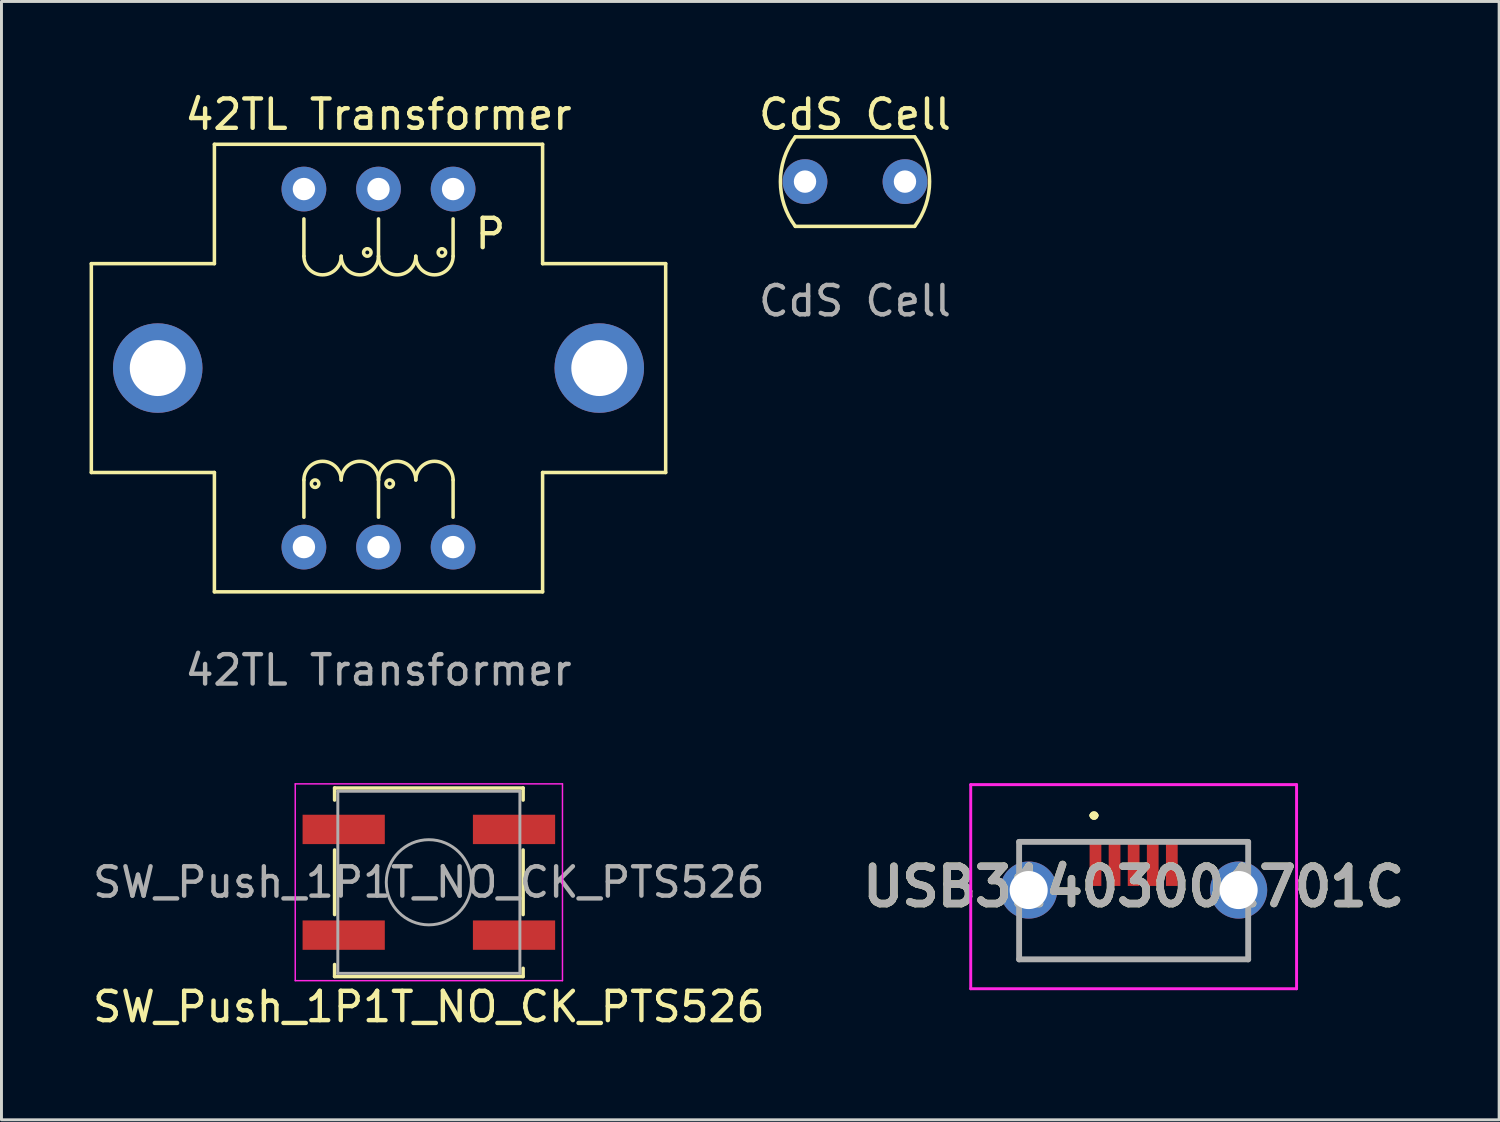
<source format=kicad_pcb>
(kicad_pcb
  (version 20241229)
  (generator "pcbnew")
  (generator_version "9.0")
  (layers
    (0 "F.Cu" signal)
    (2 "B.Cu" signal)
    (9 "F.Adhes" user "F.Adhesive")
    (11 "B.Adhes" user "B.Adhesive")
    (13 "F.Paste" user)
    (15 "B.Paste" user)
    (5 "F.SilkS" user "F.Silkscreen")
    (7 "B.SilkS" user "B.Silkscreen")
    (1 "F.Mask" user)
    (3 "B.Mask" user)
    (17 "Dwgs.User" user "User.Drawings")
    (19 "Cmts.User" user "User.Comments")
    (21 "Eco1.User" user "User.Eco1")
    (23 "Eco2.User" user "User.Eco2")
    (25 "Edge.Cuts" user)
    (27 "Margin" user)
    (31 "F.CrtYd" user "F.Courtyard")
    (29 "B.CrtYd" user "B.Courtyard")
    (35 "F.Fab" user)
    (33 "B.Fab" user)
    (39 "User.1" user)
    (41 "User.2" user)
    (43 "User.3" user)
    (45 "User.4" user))
  (footprint "42TL Transformer"
    (layer "F.Cu")
    (at 9.839 9.484)
    (property "Reference" "42TL Transformer" (at 0 -8.636 0) (unlocked yes) (layer "F.SilkS") (effects (font (size 1 1) (thickness 0.15))))
    (attr through_hole)
    (fp_line (start -9.779 3.556) (end -9.779 -3.556) (stroke (width 0.12) (type solid)) (layer "F.SilkS"))
    (fp_line (start -5.588 -7.62) (end -5.588 -3.556) (stroke (width 0.12) (type solid)) (layer "F.SilkS"))
    (fp_line (start -5.588 -7.62) (end 5.588 -7.62) (stroke (width 0.12) (type solid)) (layer "F.SilkS"))
    (fp_line (start -5.588 -3.556) (end -9.779 -3.556) (stroke (width 0.12) (type solid)) (layer "F.SilkS"))
    (fp_line (start -5.588 3.556) (end -9.779 3.556) (stroke (width 0.12) (type solid)) (layer "F.SilkS"))
    (fp_line (start -5.588 3.556) (end -5.588 7.62) (stroke (width 0.12) (type solid)) (layer "F.SilkS"))
    (fp_line (start -5.588 7.62) (end 5.588 7.62) (stroke (width 0.12) (type solid)) (layer "F.SilkS"))
    (fp_line (start -2.54 -3.81) (end -2.54 -5.08) (stroke (width 0.12) (type solid)) (layer "F.SilkS"))
    (fp_line (start -2.54 3.81) (end -2.54 5.08) (stroke (width 0.12) (type solid)) (layer "F.SilkS"))
    (fp_line (start 0 -3.81) (end 0 -5.08) (stroke (width 0.12) (type solid)) (layer "F.SilkS"))
    (fp_line (start 0 3.81) (end 0 5.08) (stroke (width 0.12) (type solid)) (layer "F.SilkS"))
    (fp_line (start 2.54 -3.81) (end 2.54 -5.08) (stroke (width 0.12) (type solid)) (layer "F.SilkS"))
    (fp_line (start 2.54 3.81) (end 2.54 5.08) (stroke (width 0.12) (type solid)) (layer "F.SilkS"))
    (fp_line (start 5.588 -7.62) (end 5.588 -3.556) (stroke (width 0.12) (type solid)) (layer "F.SilkS"))
    (fp_line (start 5.588 -3.556) (end 9.779 -3.556) (stroke (width 0.12) (type solid)) (layer "F.SilkS"))
    (fp_line (start 5.588 3.556) (end 5.588 7.62) (stroke (width 0.12) (type solid)) (layer "F.SilkS"))
    (fp_line (start 5.588 3.556) (end 9.779 3.556) (stroke (width 0.12) (type solid)) (layer "F.SilkS"))
    (fp_line (start 9.779 -3.556) (end 9.779 3.556) (stroke (width 0.12) (type solid)) (layer "F.SilkS"))
    (fp_arc (start -2.54 3.81) (mid -1.905 3.175) (end -1.27 3.81) (stroke (width 0.12) (type solid)) (layer "F.SilkS"))
    (fp_arc (start -1.27 -3.81) (mid -1.905 -3.175) (end -2.54 -3.81) (stroke (width 0.12) (type solid)) (layer "F.SilkS"))
    (fp_arc (start -1.27 3.81) (mid -0.635 3.175) (end 0 3.81) (stroke (width 0.12) (type solid)) (layer "F.SilkS"))
    (fp_arc (start 0 -3.81) (mid -0.635 -3.175) (end -1.27 -3.81) (stroke (width 0.12) (type solid)) (layer "F.SilkS"))
    (fp_arc (start 0 3.81) (mid 0.635 3.175) (end 1.27 3.81) (stroke (width 0.12) (type solid)) (layer "F.SilkS"))
    (fp_arc (start 1.27 -3.81) (mid 0.635 -3.175) (end 0 -3.81) (stroke (width 0.12) (type solid)) (layer "F.SilkS"))
    (fp_arc (start 1.27 3.81) (mid 1.905 3.175) (end 2.54 3.81) (stroke (width 0.12) (type solid)) (layer "F.SilkS"))
    (fp_arc (start 2.54 -3.81) (mid 1.905 -3.175) (end 1.27 -3.81) (stroke (width 0.12) (type solid)) (layer "F.SilkS"))
    (fp_circle (center -2.159 3.937) (end -2.159 4.064) (stroke (width 0.12) (type solid)) (fill no) (layer "F.SilkS"))
    (fp_circle (center -0.381 -3.937) (end -0.381 -3.81) (stroke (width 0.12) (type solid)) (fill no) (layer "F.SilkS"))
    (fp_circle (center 0.381 3.937) (end 0.381 4.064) (stroke (width 0.12) (type solid)) (fill no) (layer "F.SilkS"))
    (fp_circle (center 2.159 -3.937) (end 2.159 -3.81) (stroke (width 0.12) (type solid)) (fill no) (layer "F.SilkS"))
    (fp_text user "P" (at 3.81 -4.572 0) (unlocked yes) (layer "F.SilkS") (effects (font (size 1 1) (thickness 0.15))))
    (fp_text user "${REFERENCE}" (at 0 10.287 0) (unlocked yes) (layer "F.Fab") (effects (font (size 1 1) (thickness 0.15))))
    (pad "" thru_hole circle (at -7.518 0) (size 3.048 3.048) (drill 1.905) (layers "*.Cu" "*.Mask"))
    (pad "" thru_hole circle (at 0 6.096) (size 1.524 1.524) (drill 0.762) (layers "*.Cu" "*.Mask"))
    (pad "" thru_hole circle (at 7.518 0) (size 3.048 3.048) (drill 1.905) (layers "*.Cu" "*.Mask"))
    (pad "1" thru_hole circle (at 2.54 -6.096) (size 1.524 1.524) (drill 0.762) (layers "*.Cu" "*.Mask"))
    (pad "2" thru_hole circle (at 0 -6.096) (size 1.524 1.524) (drill 0.762) (layers "*.Cu" "*.Mask"))
    (pad "3" thru_hole circle (at -2.54 -6.096) (size 1.524 1.524) (drill 0.762) (layers "*.Cu" "*.Mask"))
    (pad "4" thru_hole circle (at -2.54 6.096) (size 1.524 1.524) (drill 0.762) (layers "*.Cu" "*.Mask"))
    (pad "5" thru_hole circle (at 2.54 6.096) (size 1.524 1.524) (drill 0.762) (layers "*.Cu" "*.Mask")))
  (footprint "USB31403001701C"
    (layer "F.Cu")
    (at 35.554 27.619)
    (property "Reference" "USB31403001701C" (at 0 -0.475 0) (layer "F.SilkS") (effects (font (size 1.27 1.27) (thickness 0.254))))
    (attr through_hole)
    (fp_line (start -3.9 -2) (end -3.9 -2) (stroke (width 0.1) (type solid)) (layer "F.SilkS"))
    (fp_line (start -3.9 -2) (end -2.25 -2) (stroke (width 0.1) (type solid)) (layer "F.SilkS"))
    (fp_line (start -3.9 1.5) (end -3.9 1.5) (stroke (width 0.1) (type solid)) (layer "F.SilkS"))
    (fp_line (start -3.9 1.5) (end -3.9 2) (stroke (width 0.1) (type solid)) (layer "F.SilkS"))
    (fp_line (start -3.9 2) (end -3.9 1.5) (stroke (width 0.1) (type solid)) (layer "F.SilkS"))
    (fp_line (start -3.9 2) (end -3.9 2) (stroke (width 0.1) (type solid)) (layer "F.SilkS"))
    (fp_line (start -3.9 2) (end -3.9 2) (stroke (width 0.1) (type solid)) (layer "F.SilkS"))
    (fp_line (start -3.9 2) (end 3.9 2) (stroke (width 0.1) (type solid)) (layer "F.SilkS"))
    (fp_line (start -2.25 -2) (end -3.9 -2) (stroke (width 0.1) (type solid)) (layer "F.SilkS"))
    (fp_line (start -2.25 -2) (end -2.25 -2) (stroke (width 0.1) (type solid)) (layer "F.SilkS"))
    (fp_line (start -1.4 -2.9) (end -1.4 -2.9) (stroke (width 0.2) (type solid)) (layer "F.SilkS"))
    (fp_line (start -1.4 -2.9) (end -1.4 -2.9) (stroke (width 0.2) (type solid)) (layer "F.SilkS"))
    (fp_line (start -1.3 -2.9) (end -1.3 -2.9) (stroke (width 0.2) (type solid)) (layer "F.SilkS"))
    (fp_line (start 2.25 -2) (end 2.25 -2) (stroke (width 0.1) (type solid)) (layer "F.SilkS"))
    (fp_line (start 2.25 -2) (end 3.9 -2) (stroke (width 0.1) (type solid)) (layer "F.SilkS"))
    (fp_line (start 3.9 -2) (end 2.25 -2) (stroke (width 0.1) (type solid)) (layer "F.SilkS"))
    (fp_line (start 3.9 -2) (end 3.9 -2) (stroke (width 0.1) (type solid)) (layer "F.SilkS"))
    (fp_line (start 3.9 1.5) (end 3.9 1.5) (stroke (width 0.1) (type solid)) (layer "F.SilkS"))
    (fp_line (start 3.9 1.5) (end 3.9 2) (stroke (width 0.1) (type solid)) (layer "F.SilkS"))
    (fp_line (start 3.9 2) (end -3.9 2) (stroke (width 0.1) (type solid)) (layer "F.SilkS"))
    (fp_line (start 3.9 2) (end 3.9 1.5) (stroke (width 0.1) (type solid)) (layer "F.SilkS"))
    (fp_line (start 3.9 2) (end 3.9 2) (stroke (width 0.1) (type solid)) (layer "F.SilkS"))
    (fp_line (start 3.9 2) (end 3.9 2) (stroke (width 0.1) (type solid)) (layer "F.SilkS"))
    (fp_arc (start -1.4 -2.9) (mid -1.35 -2.95) (end -1.3 -2.9) (stroke (width 0.2) (type solid)) (layer "F.SilkS"))
    (fp_arc (start -1.3 -2.9) (mid -1.35 -2.85) (end -1.4 -2.9) (stroke (width 0.2) (type solid)) (layer "F.SilkS"))
    (fp_arc (start -1.3 -2.9) (mid -1.35 -2.85) (end -1.4 -2.9) (stroke (width 0.2) (type solid)) (layer "F.SilkS"))
    (fp_line (start -5.548 -3.95) (end 5.548 -3.95) (stroke (width 0.1) (type solid)) (layer "F.CrtYd"))
    (fp_line (start -5.548 3) (end -5.548 -3.95) (stroke (width 0.1) (type solid)) (layer "F.CrtYd"))
    (fp_line (start 5.548 -3.95) (end 5.548 3) (stroke (width 0.1) (type solid)) (layer "F.CrtYd"))
    (fp_line (start 5.548 3) (end -5.548 3) (stroke (width 0.1) (type solid)) (layer "F.CrtYd"))
    (fp_line (start -3.9 -2) (end -3.9 2) (stroke (width 0.2) (type solid)) (layer "F.Fab"))
    (fp_line (start -3.9 2) (end 3.9 2) (stroke (width 0.2) (type solid)) (layer "F.Fab"))
    (fp_line (start 3.9 -2) (end -3.9 -2) (stroke (width 0.2) (type solid)) (layer "F.Fab"))
    (fp_line (start 3.9 2) (end 3.9 -2) (stroke (width 0.2) (type solid)) (layer "F.Fab"))
    (fp_text user "${REFERENCE}" (at 0 -0.475 0) (layer "F.Fab") (effects (font (size 1.27 1.27) (thickness 0.254))))
    (pad "1" smd rect (at -1.3 -1.25) (size 0.4 1.5) (layers "F.Cu" "F.Mask" "F.Paste"))
    (pad "2" smd rect (at -0.65 -1.25) (size 0.4 1.5) (layers "F.Cu" "F.Mask" "F.Paste"))
    (pad "3" smd rect (at 0 -1.25) (size 0.4 1.5) (layers "F.Cu" "F.Mask" "F.Paste"))
    (pad "4" smd rect (at 0.65 -1.25) (size 0.4 1.5) (layers "F.Cu" "F.Mask" "F.Paste"))
    (pad "5" smd rect (at 1.3 -1.25) (size 0.4 1.5) (layers "F.Cu" "F.Mask" "F.Paste"))
    (pad "MH1" thru_hole circle (at -3.575 -0.36) (size 1.946 1.946) (drill 1.297) (layers "*.Cu" "*.Mask"))
    (pad "MH2" thru_hole circle (at 3.575 -0.36) (size 1.946 1.946) (drill 1.297) (layers "*.Cu" "*.Mask")))
  (footprint "CdS Cell"
    (layer "F.Cu")
    (at 26.065 3.134)
    (property "Reference" "CdS Cell" (at 0 -2.286 0) (unlocked yes) (layer "F.SilkS") (effects (font (size 1 1) (thickness 0.15))))
    (attr through_hole)
    (fp_line (start -2.032 -1.524) (end 2.032 -1.524) (stroke (width 0.12) (type solid)) (layer "F.SilkS"))
    (fp_line (start -2.032 1.524) (end 2.032 1.524) (stroke (width 0.12) (type solid)) (layer "F.SilkS"))
    (fp_arc (start -2.032 1.524) (mid -2.54 0) (end -2.032 -1.524) (stroke (width 0.12) (type solid)) (layer "F.SilkS"))
    (fp_arc (start 2.032 -1.524) (mid 2.54 0) (end 2.032 1.524) (stroke (width 0.12) (type solid)) (layer "F.SilkS"))
    (fp_text user "${REFERENCE}" (at 0 4.064 0) (unlocked yes) (layer "F.Fab") (effects (font (size 1 1) (thickness 0.15))))
    (pad "1" thru_hole circle (at -1.702 0) (size 1.524 1.524) (drill 0.762) (layers "*.Cu" "*.Mask"))
    (pad "2" thru_hole circle (at 1.702 0) (size 1.524 1.524) (drill 0.762) (layers "*.Cu" "*.Mask")))
  (footprint "SW_Push_1P1T_NO_CK_PTS526"
    (layer "F.Cu")
    (at 11.554 26.994)
    (property "Reference" "SW_Push_1P1T_NO_CK_PTS526" (at 0 4.24 0) (layer "F.SilkS") (effects (font (size 1 1) (thickness 0.15))))
    (attr smd)
    (fp_line (start -3.21 -3.21) (end -3.21 -2.8) (stroke (width 0.12) (type solid)) (layer "F.SilkS"))
    (fp_line (start -3.21 -1.1) (end -3.21 1.1) (stroke (width 0.12) (type solid)) (layer "F.SilkS"))
    (fp_line (start -3.21 2.8) (end -3.21 3.21) (stroke (width 0.12) (type solid)) (layer "F.SilkS"))
    (fp_line (start -3.21 3.21) (end 3.21 3.21) (stroke (width 0.12) (type solid)) (layer "F.SilkS"))
    (fp_line (start 3.21 -3.21) (end -3.21 -3.21) (stroke (width 0.12) (type solid)) (layer "F.SilkS"))
    (fp_line (start 3.21 -2.8) (end 3.21 -3.21) (stroke (width 0.12) (type solid)) (layer "F.SilkS"))
    (fp_line (start 3.21 1.1) (end 3.21 -1.1) (stroke (width 0.12) (type solid)) (layer "F.SilkS"))
    (fp_line (start 3.21 3.21) (end 3.21 2.93) (stroke (width 0.12) (type solid)) (layer "F.SilkS"))
    (fp_line (start -4.55 -3.35) (end 4.55 -3.35) (stroke (width 0.05) (type solid)) (layer "F.CrtYd"))
    (fp_line (start -4.55 3.35) (end -4.55 -3.35) (stroke (width 0.05) (type solid)) (layer "F.CrtYd"))
    (fp_line (start 4.55 -3.35) (end 4.55 3.35) (stroke (width 0.05) (type solid)) (layer "F.CrtYd"))
    (fp_line (start 4.55 3.35) (end -4.55 3.35) (stroke (width 0.05) (type solid)) (layer "F.CrtYd"))
    (fp_line (start -3.1 -3.1) (end 3.1 -3.1) (stroke (width 0.1) (type solid)) (layer "F.Fab"))
    (fp_line (start -3.1 3.1) (end -3.1 -3.1) (stroke (width 0.1) (type solid)) (layer "F.Fab"))
    (fp_line (start 3.1 -3.1) (end 3.1 3.1) (stroke (width 0.1) (type solid)) (layer "F.Fab"))
    (fp_line (start 3.1 3.1) (end -3.1 3.1) (stroke (width 0.1) (type solid)) (layer "F.Fab"))
    (fp_circle (center 0 0) (end 1.45 0) (stroke (width 0.1) (type solid)) (fill no) (layer "F.Fab"))
    (fp_text user "${REFERENCE}" (at 0 0 0) (layer "F.Fab") (effects (font (size 1 1) (thickness 0.15))))
    (pad "1" smd rect (at -2.9 -1.8) (size 2.8 1) (layers "F.Cu" "F.Mask" "F.Paste"))
    (pad "1" smd rect (at 2.9 -1.8) (size 2.8 1) (layers "F.Cu" "F.Mask" "F.Paste"))
    (pad "2" smd rect (at -2.9 1.8) (size 2.8 1) (layers "F.Cu" "F.Mask" "F.Paste"))
    (pad "2" smd rect (at 2.9 1.8) (size 2.8 1) (layers "F.Cu" "F.Mask" "F.Paste")))
  (gr_rect
    (start -3 -3)
    (end 48 35.083)
    (stroke (width 0.1) (type default))
    (fill no)
    (layer "Edge.Cuts")))
</source>
